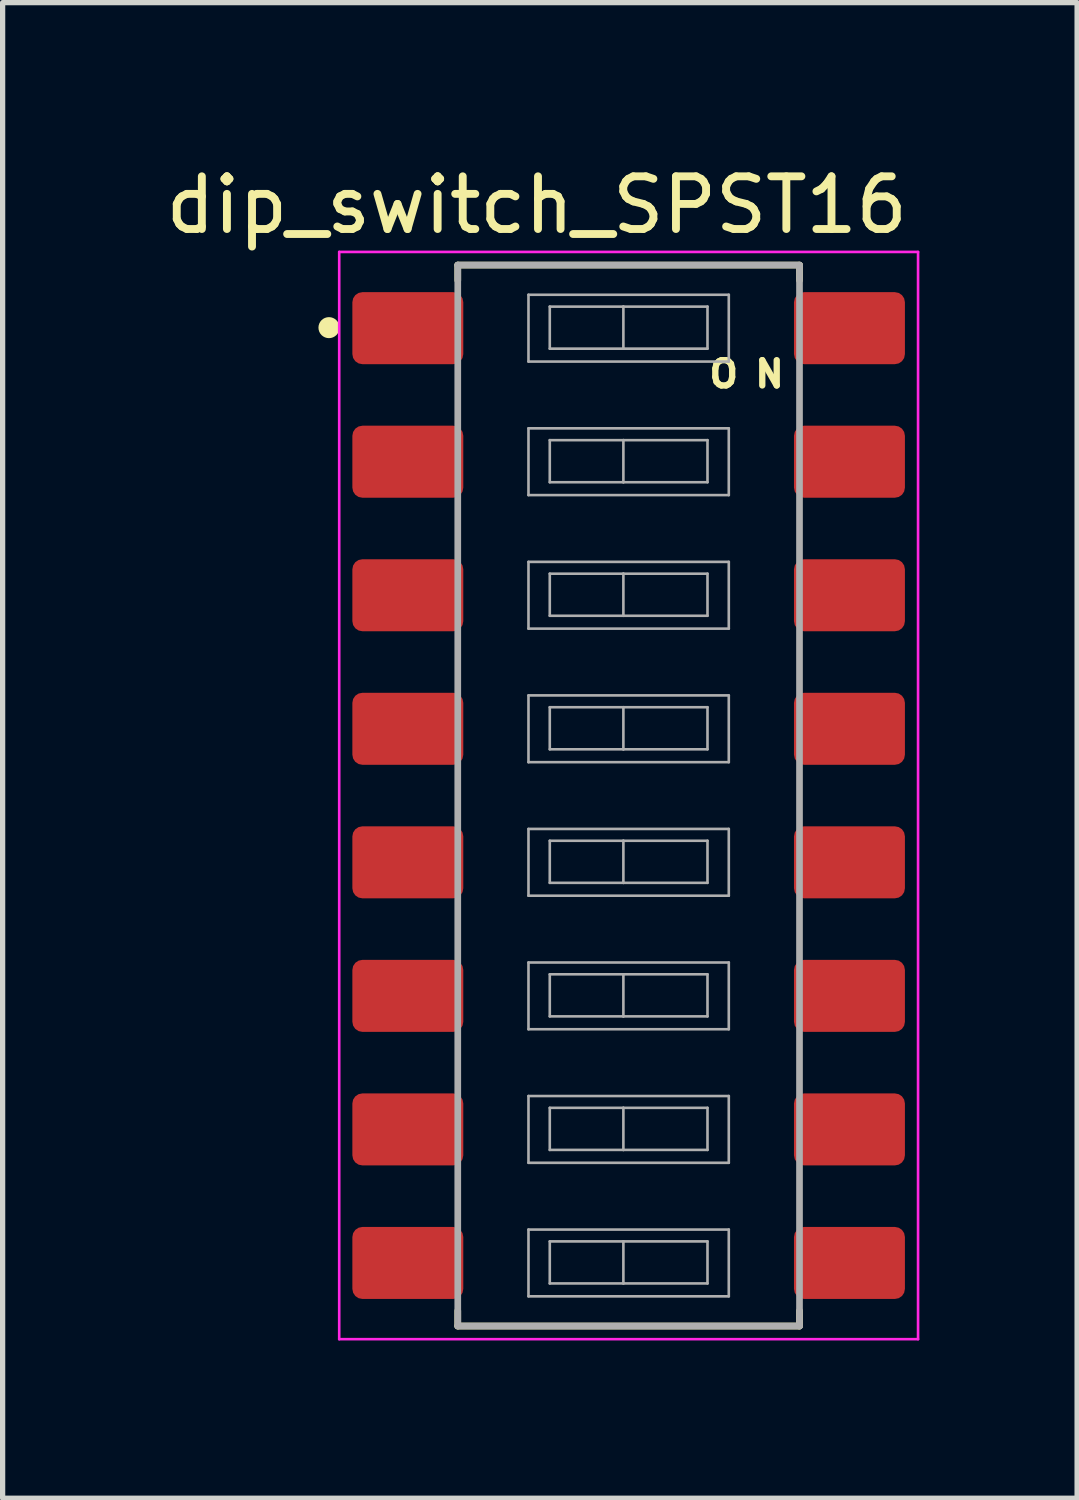
<source format=kicad_pcb>
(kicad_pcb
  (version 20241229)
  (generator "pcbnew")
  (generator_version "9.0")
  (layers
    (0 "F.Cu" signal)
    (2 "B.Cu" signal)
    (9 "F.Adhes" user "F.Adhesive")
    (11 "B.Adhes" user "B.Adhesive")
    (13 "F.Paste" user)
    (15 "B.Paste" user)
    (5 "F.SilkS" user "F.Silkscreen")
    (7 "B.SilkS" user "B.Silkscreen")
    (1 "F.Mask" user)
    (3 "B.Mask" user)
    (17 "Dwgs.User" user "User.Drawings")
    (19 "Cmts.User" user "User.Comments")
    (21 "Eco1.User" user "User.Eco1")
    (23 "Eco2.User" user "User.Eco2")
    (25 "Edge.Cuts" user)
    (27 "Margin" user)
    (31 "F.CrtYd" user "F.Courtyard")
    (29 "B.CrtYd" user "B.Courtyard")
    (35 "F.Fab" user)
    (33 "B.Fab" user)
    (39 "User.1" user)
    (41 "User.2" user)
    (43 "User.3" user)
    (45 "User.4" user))
  (footprint "dip_switch_SPST16"
    (layer "F.Cu")
    (at 8.907 12.082)
    (property "Reference" "dip_switch_SPST16" (at -1.748 -11.232 0) (layer "F.SilkS") (effects (font (size 1.002 1.002) (thickness 0.15))))
    (attr smd)
    (fp_line (start -3.25 -10.09) (end -3.25 -9.8) (stroke (width 0.127) (type solid)) (layer "F.SilkS"))
    (fp_line (start -3.25 10.09) (end -3.25 9.8) (stroke (width 0.127) (type solid)) (layer "F.SilkS"))
    (fp_line (start 3.25 -10.09) (end -3.25 -10.09) (stroke (width 0.127) (type solid)) (layer "F.SilkS"))
    (fp_line (start 3.25 -10.09) (end 3.25 -9.8) (stroke (width 0.127) (type solid)) (layer "F.SilkS"))
    (fp_line (start 3.25 9.8) (end 3.25 10.09) (stroke (width 0.127) (type solid)) (layer "F.SilkS"))
    (fp_line (start 3.25 10.09) (end -3.25 10.09) (stroke (width 0.127) (type solid)) (layer "F.SilkS"))
    (fp_circle (center -5.7 -8.9) (end -5.6 -8.9) (stroke (width 0.2) (type solid)) (fill no) (layer "F.SilkS"))
    (fp_line (start -5.505 -10.34) (end 5.505 -10.34) (stroke (width 0.05) (type solid)) (layer "F.CrtYd"))
    (fp_line (start -5.505 10.34) (end -5.505 -10.34) (stroke (width 0.05) (type solid)) (layer "F.CrtYd"))
    (fp_line (start 5.505 -10.34) (end 5.505 10.34) (stroke (width 0.05) (type solid)) (layer "F.CrtYd"))
    (fp_line (start 5.505 10.34) (end -5.505 10.34) (stroke (width 0.05) (type solid)) (layer "F.CrtYd"))
    (fp_line (start -3.25 -10.09) (end -3.25 10.09) (stroke (width 0.127) (type solid)) (layer "F.Fab"))
    (fp_line (start -3.25 10.09) (end 3.25 10.09) (stroke (width 0.127) (type solid)) (layer "F.Fab"))
    (fp_line (start -1.905 -9.525) (end -1.905 -8.255) (stroke (width 0.05) (type solid)) (layer "F.Fab"))
    (fp_line (start -1.905 -8.255) (end 1.905 -8.255) (stroke (width 0.05) (type solid)) (layer "F.Fab"))
    (fp_line (start -1.905 -6.985) (end -1.905 -5.715) (stroke (width 0.05) (type solid)) (layer "F.Fab"))
    (fp_line (start -1.905 -5.715) (end 1.905 -5.715) (stroke (width 0.05) (type solid)) (layer "F.Fab"))
    (fp_line (start -1.905 -4.445) (end -1.905 -3.175) (stroke (width 0.05) (type solid)) (layer "F.Fab"))
    (fp_line (start -1.905 -3.175) (end 1.905 -3.175) (stroke (width 0.05) (type solid)) (layer "F.Fab"))
    (fp_line (start -1.905 -1.905) (end -1.905 -0.635) (stroke (width 0.05) (type solid)) (layer "F.Fab"))
    (fp_line (start -1.905 -0.635) (end 1.905 -0.635) (stroke (width 0.05) (type solid)) (layer "F.Fab"))
    (fp_line (start -1.905 0.635) (end -1.905 1.905) (stroke (width 0.05) (type solid)) (layer "F.Fab"))
    (fp_line (start -1.905 1.905) (end 1.905 1.905) (stroke (width 0.05) (type solid)) (layer "F.Fab"))
    (fp_line (start -1.905 3.175) (end -1.905 4.445) (stroke (width 0.05) (type solid)) (layer "F.Fab"))
    (fp_line (start -1.905 4.445) (end 1.905 4.445) (stroke (width 0.05) (type solid)) (layer "F.Fab"))
    (fp_line (start -1.905 5.715) (end -1.905 6.985) (stroke (width 0.05) (type solid)) (layer "F.Fab"))
    (fp_line (start -1.905 6.985) (end 1.905 6.985) (stroke (width 0.05) (type solid)) (layer "F.Fab"))
    (fp_line (start -1.905 8.255) (end -1.905 9.525) (stroke (width 0.05) (type solid)) (layer "F.Fab"))
    (fp_line (start -1.905 9.525) (end 1.905 9.525) (stroke (width 0.05) (type solid)) (layer "F.Fab"))
    (fp_line (start -1.5 -9.3) (end -1.5 -8.5) (stroke (width 0.05) (type solid)) (layer "F.Fab"))
    (fp_line (start -1.5 -9.3) (end -0.1 -9.3) (stroke (width 0.05) (type solid)) (layer "F.Fab"))
    (fp_line (start -1.5 -8.5) (end -0.1 -8.5) (stroke (width 0.05) (type solid)) (layer "F.Fab"))
    (fp_line (start -1.5 -6.76) (end -1.5 -5.96) (stroke (width 0.05) (type solid)) (layer "F.Fab"))
    (fp_line (start -1.5 -6.76) (end -0.1 -6.76) (stroke (width 0.05) (type solid)) (layer "F.Fab"))
    (fp_line (start -1.5 -5.96) (end -0.1 -5.96) (stroke (width 0.05) (type solid)) (layer "F.Fab"))
    (fp_line (start -1.5 -4.22) (end -1.5 -3.42) (stroke (width 0.05) (type solid)) (layer "F.Fab"))
    (fp_line (start -1.5 -4.22) (end -0.1 -4.22) (stroke (width 0.05) (type solid)) (layer "F.Fab"))
    (fp_line (start -1.5 -3.42) (end -0.1 -3.42) (stroke (width 0.05) (type solid)) (layer "F.Fab"))
    (fp_line (start -1.5 -1.68) (end -1.5 -0.88) (stroke (width 0.05) (type solid)) (layer "F.Fab"))
    (fp_line (start -1.5 -1.68) (end -0.1 -1.68) (stroke (width 0.05) (type solid)) (layer "F.Fab"))
    (fp_line (start -1.5 -0.88) (end -0.1 -0.88) (stroke (width 0.05) (type solid)) (layer "F.Fab"))
    (fp_line (start -1.5 0.86) (end -1.5 1.66) (stroke (width 0.05) (type solid)) (layer "F.Fab"))
    (fp_line (start -1.5 0.86) (end -0.1 0.86) (stroke (width 0.05) (type solid)) (layer "F.Fab"))
    (fp_line (start -1.5 1.66) (end -0.1 1.66) (stroke (width 0.05) (type solid)) (layer "F.Fab"))
    (fp_line (start -1.5 3.4) (end -1.5 4.2) (stroke (width 0.05) (type solid)) (layer "F.Fab"))
    (fp_line (start -1.5 3.4) (end -0.1 3.4) (stroke (width 0.05) (type solid)) (layer "F.Fab"))
    (fp_line (start -1.5 4.2) (end -0.1 4.2) (stroke (width 0.05) (type solid)) (layer "F.Fab"))
    (fp_line (start -1.5 5.94) (end -1.5 6.74) (stroke (width 0.05) (type solid)) (layer "F.Fab"))
    (fp_line (start -1.5 5.94) (end -0.1 5.94) (stroke (width 0.05) (type solid)) (layer "F.Fab"))
    (fp_line (start -1.5 6.74) (end -0.1 6.74) (stroke (width 0.05) (type solid)) (layer "F.Fab"))
    (fp_line (start -1.5 8.48) (end -1.5 9.28) (stroke (width 0.05) (type solid)) (layer "F.Fab"))
    (fp_line (start -1.5 8.48) (end -0.1 8.48) (stroke (width 0.05) (type solid)) (layer "F.Fab"))
    (fp_line (start -1.5 9.28) (end -0.1 9.28) (stroke (width 0.05) (type solid)) (layer "F.Fab"))
    (fp_line (start -0.1 -9.3) (end -0.1 -8.5) (stroke (width 0.05) (type solid)) (layer "F.Fab"))
    (fp_line (start -0.1 -9.3) (end 1.5 -9.3) (stroke (width 0.05) (type solid)) (layer "F.Fab"))
    (fp_line (start -0.1 -8.5) (end 1.5 -8.5) (stroke (width 0.05) (type solid)) (layer "F.Fab"))
    (fp_line (start -0.1 -6.76) (end -0.1 -5.96) (stroke (width 0.05) (type solid)) (layer "F.Fab"))
    (fp_line (start -0.1 -6.76) (end 1.5 -6.76) (stroke (width 0.05) (type solid)) (layer "F.Fab"))
    (fp_line (start -0.1 -5.96) (end 1.5 -5.96) (stroke (width 0.05) (type solid)) (layer "F.Fab"))
    (fp_line (start -0.1 -4.22) (end -0.1 -3.42) (stroke (width 0.05) (type solid)) (layer "F.Fab"))
    (fp_line (start -0.1 -4.22) (end 1.5 -4.22) (stroke (width 0.05) (type solid)) (layer "F.Fab"))
    (fp_line (start -0.1 -3.42) (end 1.5 -3.42) (stroke (width 0.05) (type solid)) (layer "F.Fab"))
    (fp_line (start -0.1 -1.68) (end -0.1 -0.88) (stroke (width 0.05) (type solid)) (layer "F.Fab"))
    (fp_line (start -0.1 -1.68) (end 1.5 -1.68) (stroke (width 0.05) (type solid)) (layer "F.Fab"))
    (fp_line (start -0.1 -0.88) (end 1.5 -0.88) (stroke (width 0.05) (type solid)) (layer "F.Fab"))
    (fp_line (start -0.1 0.86) (end -0.1 1.66) (stroke (width 0.05) (type solid)) (layer "F.Fab"))
    (fp_line (start -0.1 0.86) (end 1.5 0.86) (stroke (width 0.05) (type solid)) (layer "F.Fab"))
    (fp_line (start -0.1 1.66) (end 1.5 1.66) (stroke (width 0.05) (type solid)) (layer "F.Fab"))
    (fp_line (start -0.1 3.4) (end -0.1 4.2) (stroke (width 0.05) (type solid)) (layer "F.Fab"))
    (fp_line (start -0.1 3.4) (end 1.5 3.4) (stroke (width 0.05) (type solid)) (layer "F.Fab"))
    (fp_line (start -0.1 4.2) (end 1.5 4.2) (stroke (width 0.05) (type solid)) (layer "F.Fab"))
    (fp_line (start -0.1 5.94) (end -0.1 6.74) (stroke (width 0.05) (type solid)) (layer "F.Fab"))
    (fp_line (start -0.1 5.94) (end 1.5 5.94) (stroke (width 0.05) (type solid)) (layer "F.Fab"))
    (fp_line (start -0.1 6.74) (end 1.5 6.74) (stroke (width 0.05) (type solid)) (layer "F.Fab"))
    (fp_line (start -0.1 8.48) (end -0.1 9.28) (stroke (width 0.05) (type solid)) (layer "F.Fab"))
    (fp_line (start -0.1 8.48) (end 1.5 8.48) (stroke (width 0.05) (type solid)) (layer "F.Fab"))
    (fp_line (start -0.1 9.28) (end 1.5 9.28) (stroke (width 0.05) (type solid)) (layer "F.Fab"))
    (fp_line (start 1.5 -9.3) (end 1.5 -8.5) (stroke (width 0.05) (type solid)) (layer "F.Fab"))
    (fp_line (start 1.5 -6.76) (end 1.5 -5.96) (stroke (width 0.05) (type solid)) (layer "F.Fab"))
    (fp_line (start 1.5 -4.22) (end 1.5 -3.42) (stroke (width 0.05) (type solid)) (layer "F.Fab"))
    (fp_line (start 1.5 -1.68) (end 1.5 -0.88) (stroke (width 0.05) (type solid)) (layer "F.Fab"))
    (fp_line (start 1.5 0.86) (end 1.5 1.66) (stroke (width 0.05) (type solid)) (layer "F.Fab"))
    (fp_line (start 1.5 3.4) (end 1.5 4.2) (stroke (width 0.05) (type solid)) (layer "F.Fab"))
    (fp_line (start 1.5 5.94) (end 1.5 6.74) (stroke (width 0.05) (type solid)) (layer "F.Fab"))
    (fp_line (start 1.5 8.48) (end 1.5 9.28) (stroke (width 0.05) (type solid)) (layer "F.Fab"))
    (fp_line (start 1.905 -9.525) (end -1.905 -9.525) (stroke (width 0.05) (type solid)) (layer "F.Fab"))
    (fp_line (start 1.905 -8.255) (end 1.905 -9.525) (stroke (width 0.05) (type solid)) (layer "F.Fab"))
    (fp_line (start 1.905 -6.985) (end -1.905 -6.985) (stroke (width 0.05) (type solid)) (layer "F.Fab"))
    (fp_line (start 1.905 -5.715) (end 1.905 -6.985) (stroke (width 0.05) (type solid)) (layer "F.Fab"))
    (fp_line (start 1.905 -4.445) (end -1.905 -4.445) (stroke (width 0.05) (type solid)) (layer "F.Fab"))
    (fp_line (start 1.905 -3.175) (end 1.905 -4.445) (stroke (width 0.05) (type solid)) (layer "F.Fab"))
    (fp_line (start 1.905 -1.905) (end -1.905 -1.905) (stroke (width 0.05) (type solid)) (layer "F.Fab"))
    (fp_line (start 1.905 -0.635) (end 1.905 -1.905) (stroke (width 0.05) (type solid)) (layer "F.Fab"))
    (fp_line (start 1.905 0.635) (end -1.905 0.635) (stroke (width 0.05) (type solid)) (layer "F.Fab"))
    (fp_line (start 1.905 1.905) (end 1.905 0.635) (stroke (width 0.05) (type solid)) (layer "F.Fab"))
    (fp_line (start 1.905 3.175) (end -1.905 3.175) (stroke (width 0.05) (type solid)) (layer "F.Fab"))
    (fp_line (start 1.905 4.445) (end 1.905 3.175) (stroke (width 0.05) (type solid)) (layer "F.Fab"))
    (fp_line (start 1.905 5.715) (end -1.905 5.715) (stroke (width 0.05) (type solid)) (layer "F.Fab"))
    (fp_line (start 1.905 6.985) (end 1.905 5.715) (stroke (width 0.05) (type solid)) (layer "F.Fab"))
    (fp_line (start 1.905 8.255) (end -1.905 8.255) (stroke (width 0.05) (type solid)) (layer "F.Fab"))
    (fp_line (start 1.905 9.525) (end 1.905 8.255) (stroke (width 0.05) (type solid)) (layer "F.Fab"))
    (fp_line (start 3.25 -10.09) (end -3.25 -10.09) (stroke (width 0.127) (type solid)) (layer "F.Fab"))
    (fp_line (start 3.25 10.09) (end 3.25 -10.09) (stroke (width 0.127) (type solid)) (layer "F.Fab"))
    (fp_text user "O N" (at 2.244 -8.017 0) (layer "F.SilkS") (effects (font (size 0.481 0.481) (thickness 0.12))))
    (pad "1" smd roundrect (at -4.2 -8.89) (size 2.11 1.37) (layers "F.Cu" "F.Mask" "F.Paste") (roundrect_rratio 0.14))
    (pad "1-1" smd roundrect (at 4.2 -8.89) (size 2.11 1.37) (layers "F.Cu" "F.Mask" "F.Paste") (roundrect_rratio 0.14))
    (pad "2" smd roundrect (at -4.2 -6.35) (size 2.11 1.37) (layers "F.Cu" "F.Mask" "F.Paste") (roundrect_rratio 0.14))
    (pad "2-1" smd roundrect (at 4.2 -6.35) (size 2.11 1.37) (layers "F.Cu" "F.Mask" "F.Paste") (roundrect_rratio 0.14))
    (pad "3" smd roundrect (at -4.2 -3.81) (size 2.11 1.37) (layers "F.Cu" "F.Mask" "F.Paste") (roundrect_rratio 0.14))
    (pad "3-1" smd roundrect (at 4.2 -3.81) (size 2.11 1.37) (layers "F.Cu" "F.Mask" "F.Paste") (roundrect_rratio 0.14))
    (pad "4" smd roundrect (at -4.2 -1.27) (size 2.11 1.37) (layers "F.Cu" "F.Mask" "F.Paste") (roundrect_rratio 0.14))
    (pad "4-1" smd roundrect (at 4.2 -1.27) (size 2.11 1.37) (layers "F.Cu" "F.Mask" "F.Paste") (roundrect_rratio 0.14))
    (pad "5" smd roundrect (at -4.2 1.27) (size 2.11 1.37) (layers "F.Cu" "F.Mask" "F.Paste") (roundrect_rratio 0.14))
    (pad "5-1" smd roundrect (at 4.2 1.27) (size 2.11 1.37) (layers "F.Cu" "F.Mask" "F.Paste") (roundrect_rratio 0.14))
    (pad "6" smd roundrect (at -4.2 3.81) (size 2.11 1.37) (layers "F.Cu" "F.Mask" "F.Paste") (roundrect_rratio 0.14))
    (pad "6-1" smd roundrect (at 4.2 3.81) (size 2.11 1.37) (layers "F.Cu" "F.Mask" "F.Paste") (roundrect_rratio 0.14))
    (pad "7" smd roundrect (at -4.2 6.35) (size 2.11 1.37) (layers "F.Cu" "F.Mask" "F.Paste") (roundrect_rratio 0.14))
    (pad "7-1" smd roundrect (at 4.2 6.35) (size 2.11 1.37) (layers "F.Cu" "F.Mask" "F.Paste") (roundrect_rratio 0.14))
    (pad "8" smd roundrect (at -4.2 8.89) (size 2.11 1.37) (layers "F.Cu" "F.Mask" "F.Paste") (roundrect_rratio 0.14))
    (pad "8-1" smd roundrect (at 4.2 8.89) (size 2.11 1.37) (layers "F.Cu" "F.Mask" "F.Paste") (roundrect_rratio 0.14)))
  (gr_rect
    (start -3 -3)
    (end 17.437 25.447)
    (stroke (width 0.1) (type default))
    (fill no)
    (layer "Edge.Cuts")))
</source>
